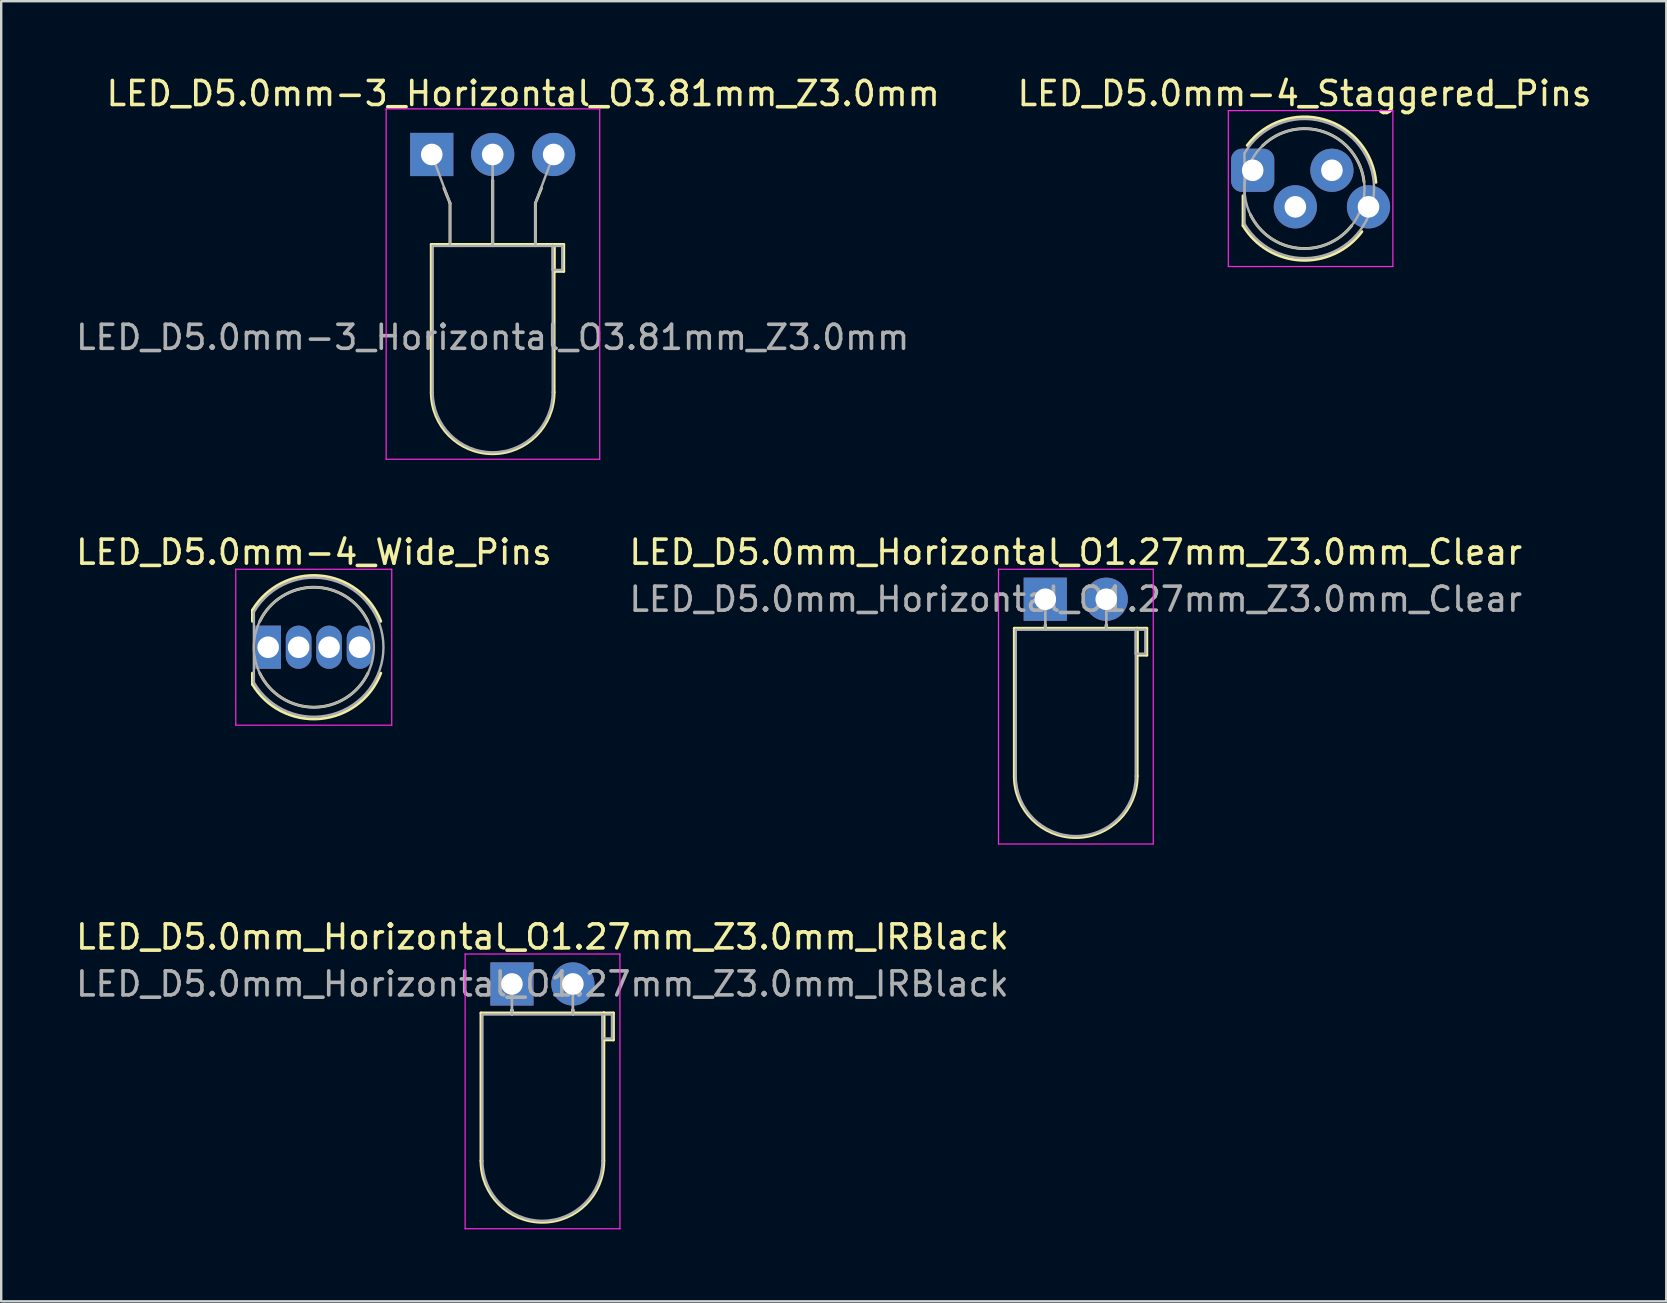
<source format=kicad_pcb>
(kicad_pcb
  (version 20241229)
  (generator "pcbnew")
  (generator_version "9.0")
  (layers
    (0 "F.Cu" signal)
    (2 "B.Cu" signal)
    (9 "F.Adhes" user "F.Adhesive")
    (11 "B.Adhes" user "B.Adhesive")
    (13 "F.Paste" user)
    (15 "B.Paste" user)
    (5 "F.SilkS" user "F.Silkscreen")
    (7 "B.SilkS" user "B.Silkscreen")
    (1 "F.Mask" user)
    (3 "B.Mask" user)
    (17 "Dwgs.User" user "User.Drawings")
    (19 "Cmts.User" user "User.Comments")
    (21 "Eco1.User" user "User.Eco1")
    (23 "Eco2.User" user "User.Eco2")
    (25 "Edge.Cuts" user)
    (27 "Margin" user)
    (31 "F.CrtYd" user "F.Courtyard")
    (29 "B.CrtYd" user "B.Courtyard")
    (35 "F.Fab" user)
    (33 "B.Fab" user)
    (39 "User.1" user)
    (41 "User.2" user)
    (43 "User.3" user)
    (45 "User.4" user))
  (footprint "LED_D5.0mm-3_Horizontal_O3.81mm_Z3.0mm"
    (layer "F.Cu")
    (at 14.942 3.388)
    (property "Reference" "LED_D5.0mm-3_Horizontal_O3.81mm_Z3.0mm" (at 3.81 -2.54 0) (layer "F.SilkS") (effects (font (size 1 1) (thickness 0.15))))
    (attr through_hole)
    (fp_line (start -0.02 3.75) (end -0.02 9.91) (stroke (width 0.12) (type solid)) (layer "F.SilkS"))
    (fp_line (start -0.02 3.75) (end 5.1 3.75) (stroke (width 0.12) (type solid)) (layer "F.SilkS"))
    (fp_line (start 0.762 2.032) (end 0.508 1.397) (stroke (width 0.12) (type solid)) (layer "F.SilkS"))
    (fp_line (start 0.762 2.032) (end 0.762 3.75) (stroke (width 0.12) (type solid)) (layer "F.SilkS"))
    (fp_line (start 1.27 3.75) (end 1.27 3.75) (stroke (width 0.12) (type solid)) (layer "F.SilkS"))
    (fp_line (start 2.54 1.08) (end 2.54 1.08) (stroke (width 0.12) (type solid)) (layer "F.SilkS"))
    (fp_line (start 2.54 1.08) (end 2.54 3.75) (stroke (width 0.12) (type solid)) (layer "F.SilkS"))
    (fp_line (start 2.54 3.75) (end 2.54 1.08) (stroke (width 0.12) (type solid)) (layer "F.SilkS"))
    (fp_line (start 3.81 3.75) (end 3.81 3.75) (stroke (width 0.12) (type solid)) (layer "F.SilkS"))
    (fp_line (start 4.318 2.032) (end 4.572 1.397) (stroke (width 0.12) (type solid)) (layer "F.SilkS"))
    (fp_line (start 4.318 3.75) (end 4.318 2.032) (stroke (width 0.12) (type solid)) (layer "F.SilkS"))
    (fp_line (start 5.1 3.75) (end 5.1 9.91) (stroke (width 0.12) (type solid)) (layer "F.SilkS"))
    (fp_line (start 5.1 3.75) (end 5.5 3.75) (stroke (width 0.12) (type solid)) (layer "F.SilkS"))
    (fp_line (start 5.1 4.87) (end 5.1 3.75) (stroke (width 0.12) (type solid)) (layer "F.SilkS"))
    (fp_line (start 5.5 3.75) (end 5.5 4.87) (stroke (width 0.12) (type solid)) (layer "F.SilkS"))
    (fp_line (start 5.5 4.87) (end 5.1 4.87) (stroke (width 0.12) (type solid)) (layer "F.SilkS"))
    (fp_arc (start 5.1 9.91) (mid 2.54 12.47) (end -0.02 9.91) (stroke (width 0.12) (type solid)) (layer "F.SilkS"))
    (fp_line (start -1.9 -1.9) (end -1.9 12.7) (stroke (width 0.05) (type solid)) (layer "F.CrtYd"))
    (fp_line (start -1.9 12.7) (end 7 12.7) (stroke (width 0.05) (type solid)) (layer "F.CrtYd"))
    (fp_line (start 7 -1.9) (end -1.9 -1.9) (stroke (width 0.05) (type solid)) (layer "F.CrtYd"))
    (fp_line (start 7 -1.9) (end 7 12.7) (stroke (width 0.05) (type solid)) (layer "F.CrtYd"))
    (fp_line (start 0.04 3.81) (end 0.04 9.91) (stroke (width 0.1) (type solid)) (layer "F.Fab"))
    (fp_line (start 0.04 3.81) (end 5.04 3.81) (stroke (width 0.1) (type solid)) (layer "F.Fab"))
    (fp_line (start 0.762 2.032) (end 0 0) (stroke (width 0.1) (type solid)) (layer "F.Fab"))
    (fp_line (start 0.762 3.81) (end 0.762 2.032) (stroke (width 0.1) (type solid)) (layer "F.Fab"))
    (fp_line (start 1.27 3.81) (end 1.27 3.81) (stroke (width 0.1) (type solid)) (layer "F.Fab"))
    (fp_line (start 2.54 0) (end 2.54 0) (stroke (width 0.1) (type solid)) (layer "F.Fab"))
    (fp_line (start 2.54 0) (end 2.54 3.81) (stroke (width 0.1) (type solid)) (layer "F.Fab"))
    (fp_line (start 2.54 3.81) (end 2.54 0) (stroke (width 0.1) (type solid)) (layer "F.Fab"))
    (fp_line (start 3.81 3.81) (end 3.81 3.81) (stroke (width 0.1) (type solid)) (layer "F.Fab"))
    (fp_line (start 4.318 2.032) (end 4.318 3.81) (stroke (width 0.1) (type solid)) (layer "F.Fab"))
    (fp_line (start 4.318 2.032) (end 5.08 0) (stroke (width 0.1) (type solid)) (layer "F.Fab"))
    (fp_line (start 5.04 3.81) (end 5.04 9.91) (stroke (width 0.1) (type solid)) (layer "F.Fab"))
    (fp_line (start 5.04 3.81) (end 5.44 3.81) (stroke (width 0.1) (type solid)) (layer "F.Fab"))
    (fp_line (start 5.04 4.81) (end 5.04 3.81) (stroke (width 0.1) (type solid)) (layer "F.Fab"))
    (fp_line (start 5.08 0) (end 5.08 0) (stroke (width 0.1) (type solid)) (layer "F.Fab"))
    (fp_line (start 5.44 3.81) (end 5.44 4.81) (stroke (width 0.1) (type solid)) (layer "F.Fab"))
    (fp_line (start 5.44 4.81) (end 5.04 4.81) (stroke (width 0.1) (type solid)) (layer "F.Fab"))
    (fp_arc (start 5.04 9.91) (mid 2.54 12.41) (end 0.04 9.91) (stroke (width 0.1) (type solid)) (layer "F.Fab"))
    (fp_text user "${REFERENCE}" (at 2.54 7.62 0) (layer "F.Fab") (effects (font (size 1 1) (thickness 0.15))))
    (pad "1" thru_hole rect (at 0 0) (size 1.8 1.8) (drill 0.9) (layers "*.Cu" "*.Mask"))
    (pad "2" thru_hole circle (at 2.54 0) (size 1.8 1.8) (drill 0.9) (layers "*.Cu" "*.Mask"))
    (pad "3" thru_hole circle (at 5.08 0) (size 1.8 1.8) (drill 0.9) (layers "*.Cu" "*.Mask")))
  (footprint "LED_D5.0mm_Horizontal_O1.27mm_Z3.0mm_Clear"
    (layer "F.Cu")
    (at 40.51 21.922)
    (property "Reference" "LED_D5.0mm_Horizontal_O1.27mm_Z3.0mm_Clear" (at 1.27 -1.96 0) (layer "F.SilkS") (effects (font (size 1 1) (thickness 0.15))))
    (attr through_hole)
    (fp_line (start -1.29 1.21) (end -1.29 7.37) (stroke (width 0.12) (type solid)) (layer "F.SilkS"))
    (fp_line (start -1.29 1.21) (end 3.83 1.21) (stroke (width 0.12) (type solid)) (layer "F.SilkS"))
    (fp_line (start 0 1.08) (end 0 1.08) (stroke (width 0.12) (type solid)) (layer "F.SilkS"))
    (fp_line (start 0 1.08) (end 0 1.21) (stroke (width 0.12) (type solid)) (layer "F.SilkS"))
    (fp_line (start 0 1.21) (end 0 1.08) (stroke (width 0.12) (type solid)) (layer "F.SilkS"))
    (fp_line (start 0 1.21) (end 0 1.21) (stroke (width 0.12) (type solid)) (layer "F.SilkS"))
    (fp_line (start 2.54 1.08) (end 2.54 1.08) (stroke (width 0.12) (type solid)) (layer "F.SilkS"))
    (fp_line (start 2.54 1.08) (end 2.54 1.21) (stroke (width 0.12) (type solid)) (layer "F.SilkS"))
    (fp_line (start 2.54 1.21) (end 2.54 1.08) (stroke (width 0.12) (type solid)) (layer "F.SilkS"))
    (fp_line (start 2.54 1.21) (end 2.54 1.21) (stroke (width 0.12) (type solid)) (layer "F.SilkS"))
    (fp_line (start 3.83 1.21) (end 3.83 7.37) (stroke (width 0.12) (type solid)) (layer "F.SilkS"))
    (fp_line (start 3.83 1.21) (end 4.23 1.21) (stroke (width 0.12) (type solid)) (layer "F.SilkS"))
    (fp_line (start 3.83 2.33) (end 3.83 1.21) (stroke (width 0.12) (type solid)) (layer "F.SilkS"))
    (fp_line (start 4.23 1.21) (end 4.23 2.33) (stroke (width 0.12) (type solid)) (layer "F.SilkS"))
    (fp_line (start 4.23 2.33) (end 3.83 2.33) (stroke (width 0.12) (type solid)) (layer "F.SilkS"))
    (fp_arc (start 3.83 7.37) (mid 1.27 9.93) (end -1.29 7.37) (stroke (width 0.12) (type solid)) (layer "F.SilkS"))
    (fp_line (start -1.95 -1.25) (end -1.95 10.2) (stroke (width 0.05) (type solid)) (layer "F.CrtYd"))
    (fp_line (start -1.95 10.2) (end 4.5 10.2) (stroke (width 0.05) (type solid)) (layer "F.CrtYd"))
    (fp_line (start 4.5 -1.25) (end -1.95 -1.25) (stroke (width 0.05) (type solid)) (layer "F.CrtYd"))
    (fp_line (start 4.5 10.2) (end 4.5 -1.25) (stroke (width 0.05) (type solid)) (layer "F.CrtYd"))
    (fp_line (start -1.23 1.27) (end -1.23 7.37) (stroke (width 0.1) (type solid)) (layer "F.Fab"))
    (fp_line (start -1.23 1.27) (end 3.77 1.27) (stroke (width 0.1) (type solid)) (layer "F.Fab"))
    (fp_line (start 0 0) (end 0 0) (stroke (width 0.1) (type solid)) (layer "F.Fab"))
    (fp_line (start 0 0) (end 0 1.27) (stroke (width 0.1) (type solid)) (layer "F.Fab"))
    (fp_line (start 0 1.27) (end 0 0) (stroke (width 0.1) (type solid)) (layer "F.Fab"))
    (fp_line (start 0 1.27) (end 0 1.27) (stroke (width 0.1) (type solid)) (layer "F.Fab"))
    (fp_line (start 2.54 0) (end 2.54 0) (stroke (width 0.1) (type solid)) (layer "F.Fab"))
    (fp_line (start 2.54 0) (end 2.54 1.27) (stroke (width 0.1) (type solid)) (layer "F.Fab"))
    (fp_line (start 2.54 1.27) (end 2.54 0) (stroke (width 0.1) (type solid)) (layer "F.Fab"))
    (fp_line (start 2.54 1.27) (end 2.54 1.27) (stroke (width 0.1) (type solid)) (layer "F.Fab"))
    (fp_line (start 3.77 1.27) (end 3.77 7.37) (stroke (width 0.1) (type solid)) (layer "F.Fab"))
    (fp_line (start 3.77 1.27) (end 4.17 1.27) (stroke (width 0.1) (type solid)) (layer "F.Fab"))
    (fp_line (start 3.77 2.27) (end 3.77 1.27) (stroke (width 0.1) (type solid)) (layer "F.Fab"))
    (fp_line (start 4.17 1.27) (end 4.17 2.27) (stroke (width 0.1) (type solid)) (layer "F.Fab"))
    (fp_line (start 4.17 2.27) (end 3.77 2.27) (stroke (width 0.1) (type solid)) (layer "F.Fab"))
    (fp_arc (start 3.77 7.37) (mid 1.27 9.87) (end -1.23 7.37) (stroke (width 0.1) (type solid)) (layer "F.Fab"))
    (fp_text user "${REFERENCE}" (at 1.27 0 0) (layer "F.Fab") (effects (font (size 1 1) (thickness 0.15))))
    (pad "1" thru_hole rect (at 0 0) (size 1.8 1.8) (drill 0.9) (layers "*.Cu" "*.Mask"))
    (pad "2" thru_hole circle (at 2.54 0) (size 1.8 1.8) (drill 0.9) (layers "*.Cu" "*.Mask")))
  (footprint "LED_D5.0mm-4_Staggered_Pins"
    (layer "F.Cu")
    (at 49.153 4.808)
    (property "Reference" "LED_D5.0mm-4_Staggered_Pins" (at 2.159 -3.96 0) (layer "F.SilkS") (effects (font (size 1 1) (thickness 0.15))))
    (attr through_hole)
    (fp_line (start -0.401 0.299) (end -0.401 1.545) (stroke (width 0.12) (type solid)) (layer "F.SilkS"))
    (fp_arc (start -0.226 -1.8) (mid 2.984737 -2.871652) (end 5.135836 -0.258216) (stroke (width 0.12) (type solid)) (layer "F.SilkS"))
    (fp_arc (start 0.406401 -1.777999) (mid 2.988766 -2.354649) (end 4.63909 -0.286421) (stroke (width 0.12) (type solid)) (layer "F.SilkS"))
    (fp_arc (start 4.118086 1.553056) (mid 1.880091 2.484393) (end -0.095684 1.08) (stroke (width 0.12) (type solid)) (layer "F.SilkS"))
    (fp_arc (start 4.550334 1.794887) (mid 2.008188 2.986194) (end -0.401 1.54483) (stroke (width 0.12) (type solid)) (layer "F.SilkS"))
    (fp_line (start -1.016 -3.25) (end -1.016 3.25) (stroke (width 0.05) (type solid)) (layer "F.CrtYd"))
    (fp_line (start -1.016 3.25) (end 5.842 3.25) (stroke (width 0.05) (type solid)) (layer "F.CrtYd"))
    (fp_line (start 5.842 -3.25) (end -1.016 -3.25) (stroke (width 0.05) (type solid)) (layer "F.CrtYd"))
    (fp_line (start 5.842 3.25) (end 5.842 -3.25) (stroke (width 0.05) (type solid)) (layer "F.CrtYd"))
    (fp_line (start -0.341 -1.47) (end -0.341 1.47) (stroke (width 0.1) (type solid)) (layer "F.Fab"))
    (fp_arc (start -0.341 -1.469694) (mid 5.059 0.000016) (end -0.341016 1.469666) (stroke (width 0.1) (type solid)) (layer "F.Fab"))
    (fp_circle (center 2.159 0) (end 4.659 0) (stroke (width 0.1) (type solid)) (fill no) (layer "F.Fab"))
    (pad "1" thru_hole roundrect (at 0 -0.762) (size 1.8 1.8) (drill 0.9) (layers "*.Cu" "*.Mask") (roundrect_rratio 0.25))
    (pad "2" thru_hole circle (at 1.778 0.762) (size 1.8 1.8) (drill 0.9) (layers "*.Cu" "*.Mask"))
    (pad "3" thru_hole circle (at 3.302 -0.762) (size 1.8 1.8) (drill 0.9) (layers "*.Cu" "*.Mask"))
    (pad "4" thru_hole circle (at 4.826 0.762) (size 1.8 1.8) (drill 0.9) (layers "*.Cu" "*.Mask")))
  (footprint "LED_D5.0mm_Horizontal_O1.27mm_Z3.0mm_IRBlack"
    (layer "F.Cu")
    (at 18.284 37.955)
    (property "Reference" "LED_D5.0mm_Horizontal_O1.27mm_Z3.0mm_IRBlack" (at 1.27 -1.96 0) (layer "F.SilkS") (effects (font (size 1 1) (thickness 0.15))))
    (attr through_hole)
    (fp_line (start -1.29 1.21) (end -1.29 7.37) (stroke (width 0.12) (type solid)) (layer "F.SilkS"))
    (fp_line (start -1.29 1.21) (end 3.83 1.21) (stroke (width 0.12) (type solid)) (layer "F.SilkS"))
    (fp_line (start 0 1.08) (end 0 1.08) (stroke (width 0.12) (type solid)) (layer "F.SilkS"))
    (fp_line (start 0 1.08) (end 0 1.21) (stroke (width 0.12) (type solid)) (layer "F.SilkS"))
    (fp_line (start 0 1.21) (end 0 1.08) (stroke (width 0.12) (type solid)) (layer "F.SilkS"))
    (fp_line (start 0 1.21) (end 0 1.21) (stroke (width 0.12) (type solid)) (layer "F.SilkS"))
    (fp_line (start 2.54 1.08) (end 2.54 1.08) (stroke (width 0.12) (type solid)) (layer "F.SilkS"))
    (fp_line (start 2.54 1.08) (end 2.54 1.21) (stroke (width 0.12) (type solid)) (layer "F.SilkS"))
    (fp_line (start 2.54 1.21) (end 2.54 1.08) (stroke (width 0.12) (type solid)) (layer "F.SilkS"))
    (fp_line (start 2.54 1.21) (end 2.54 1.21) (stroke (width 0.12) (type solid)) (layer "F.SilkS"))
    (fp_line (start 3.83 1.21) (end 3.83 7.37) (stroke (width 0.12) (type solid)) (layer "F.SilkS"))
    (fp_line (start 3.83 1.21) (end 4.23 1.21) (stroke (width 0.12) (type solid)) (layer "F.SilkS"))
    (fp_line (start 3.83 2.33) (end 3.83 1.21) (stroke (width 0.12) (type solid)) (layer "F.SilkS"))
    (fp_line (start 4.23 1.21) (end 4.23 2.33) (stroke (width 0.12) (type solid)) (layer "F.SilkS"))
    (fp_line (start 4.23 2.33) (end 3.83 2.33) (stroke (width 0.12) (type solid)) (layer "F.SilkS"))
    (fp_arc (start 3.83 7.37) (mid 1.27 9.93) (end -1.29 7.37) (stroke (width 0.12) (type solid)) (layer "F.SilkS"))
    (fp_line (start -1.95 -1.25) (end -1.95 10.2) (stroke (width 0.05) (type solid)) (layer "F.CrtYd"))
    (fp_line (start -1.95 10.2) (end 4.5 10.2) (stroke (width 0.05) (type solid)) (layer "F.CrtYd"))
    (fp_line (start 4.5 -1.25) (end -1.95 -1.25) (stroke (width 0.05) (type solid)) (layer "F.CrtYd"))
    (fp_line (start 4.5 10.2) (end 4.5 -1.25) (stroke (width 0.05) (type solid)) (layer "F.CrtYd"))
    (fp_line (start -1.23 1.27) (end -1.23 7.37) (stroke (width 0.1) (type solid)) (layer "F.Fab"))
    (fp_line (start -1.23 1.27) (end 3.77 1.27) (stroke (width 0.1) (type solid)) (layer "F.Fab"))
    (fp_line (start 0 0) (end 0 0) (stroke (width 0.1) (type solid)) (layer "F.Fab"))
    (fp_line (start 0 0) (end 0 1.27) (stroke (width 0.1) (type solid)) (layer "F.Fab"))
    (fp_line (start 0 1.27) (end 0 0) (stroke (width 0.1) (type solid)) (layer "F.Fab"))
    (fp_line (start 0 1.27) (end 0 1.27) (stroke (width 0.1) (type solid)) (layer "F.Fab"))
    (fp_line (start 2.54 0) (end 2.54 0) (stroke (width 0.1) (type solid)) (layer "F.Fab"))
    (fp_line (start 2.54 0) (end 2.54 1.27) (stroke (width 0.1) (type solid)) (layer "F.Fab"))
    (fp_line (start 2.54 1.27) (end 2.54 0) (stroke (width 0.1) (type solid)) (layer "F.Fab"))
    (fp_line (start 2.54 1.27) (end 2.54 1.27) (stroke (width 0.1) (type solid)) (layer "F.Fab"))
    (fp_line (start 3.77 1.27) (end 3.77 7.37) (stroke (width 0.1) (type solid)) (layer "F.Fab"))
    (fp_line (start 3.77 1.27) (end 4.17 1.27) (stroke (width 0.1) (type solid)) (layer "F.Fab"))
    (fp_line (start 3.77 2.27) (end 3.77 1.27) (stroke (width 0.1) (type solid)) (layer "F.Fab"))
    (fp_line (start 4.17 1.27) (end 4.17 2.27) (stroke (width 0.1) (type solid)) (layer "F.Fab"))
    (fp_line (start 4.17 2.27) (end 3.77 2.27) (stroke (width 0.1) (type solid)) (layer "F.Fab"))
    (fp_arc (start 3.77 7.37) (mid 1.27 9.87) (end -1.23 7.37) (stroke (width 0.1) (type solid)) (layer "F.Fab"))
    (fp_text user "${REFERENCE}" (at 1.27 0 0) (layer "F.Fab") (effects (font (size 1 1) (thickness 0.15))))
    (pad "1" thru_hole rect (at 0 0) (size 1.8 1.8) (drill 0.9) (layers "*.Cu" "*.Mask"))
    (pad "2" thru_hole circle (at 2.54 0) (size 1.8 1.8) (drill 0.9) (layers "*.Cu" "*.Mask")))
  (footprint "LED_D5.0mm-4_Wide_Pins"
    (layer "F.Cu")
    (at 8.125 23.922)
    (property "Reference" "LED_D5.0mm-4_Wide_Pins" (at 1.905 -3.96 0) (layer "F.SilkS") (effects (font (size 1 1) (thickness 0.15))))
    (attr through_hole)
    (fp_line (start -0.655 -1.545) (end -0.655 -1.08) (stroke (width 0.12) (type solid)) (layer "F.SilkS"))
    (fp_line (start -0.655 1.08) (end -0.655 1.545) (stroke (width 0.12) (type solid)) (layer "F.SilkS"))
    (fp_arc (start -0.655 -1.54483) (mid 2.163456 -2.978809) (end 4.692815 -1.080827) (stroke (width 0.12) (type solid)) (layer "F.SilkS"))
    (fp_arc (start -0.349684 -1.08) (mid 1.904762 -2.5) (end 4.159479 -1.080429) (stroke (width 0.12) (type solid)) (layer "F.SilkS"))
    (fp_arc (start 4.159479 1.080429) (mid 1.904762 2.5) (end -0.349684 1.08) (stroke (width 0.12) (type solid)) (layer "F.SilkS"))
    (fp_arc (start 4.692815 1.080827) (mid 2.163456 2.978808) (end -0.655 1.54483) (stroke (width 0.12) (type solid)) (layer "F.SilkS"))
    (fp_line (start -1.35 -3.25) (end -1.35 3.25) (stroke (width 0.05) (type solid)) (layer "F.CrtYd"))
    (fp_line (start -1.35 3.25) (end 5.15 3.25) (stroke (width 0.05) (type solid)) (layer "F.CrtYd"))
    (fp_line (start 5.15 -3.25) (end -1.35 -3.25) (stroke (width 0.05) (type solid)) (layer "F.CrtYd"))
    (fp_line (start 5.15 3.25) (end 5.15 -3.25) (stroke (width 0.05) (type solid)) (layer "F.CrtYd"))
    (fp_line (start -0.595 -1.47) (end -0.595 1.47) (stroke (width 0.1) (type solid)) (layer "F.Fab"))
    (fp_arc (start -0.595 -1.469694) (mid 4.805 0.000016) (end -0.595016 1.469666) (stroke (width 0.1) (type solid)) (layer "F.Fab"))
    (fp_circle (center 1.905 0) (end 4.405 0) (stroke (width 0.1) (type solid)) (fill no) (layer "F.Fab"))
    (pad "1" thru_hole rect (at 0 0) (size 1.07 1.8) (drill 0.9) (layers "*.Cu" "*.Mask"))
    (pad "2" thru_hole oval (at 1.27 0) (size 1.07 1.8) (drill 0.9) (layers "*.Cu" "*.Mask"))
    (pad "3" thru_hole oval (at 2.54 0) (size 1.07 1.8) (drill 0.9) (layers "*.Cu" "*.Mask"))
    (pad "4" thru_hole oval (at 3.81 0) (size 1.07 1.8) (drill 0.9) (layers "*.Cu" "*.Mask")))
  (gr_rect
    (start -3 -3)
    (end 66.389 51.18)
    (stroke (width 0.1) (type default))
    (fill no)
    (layer "Edge.Cuts")))
</source>
